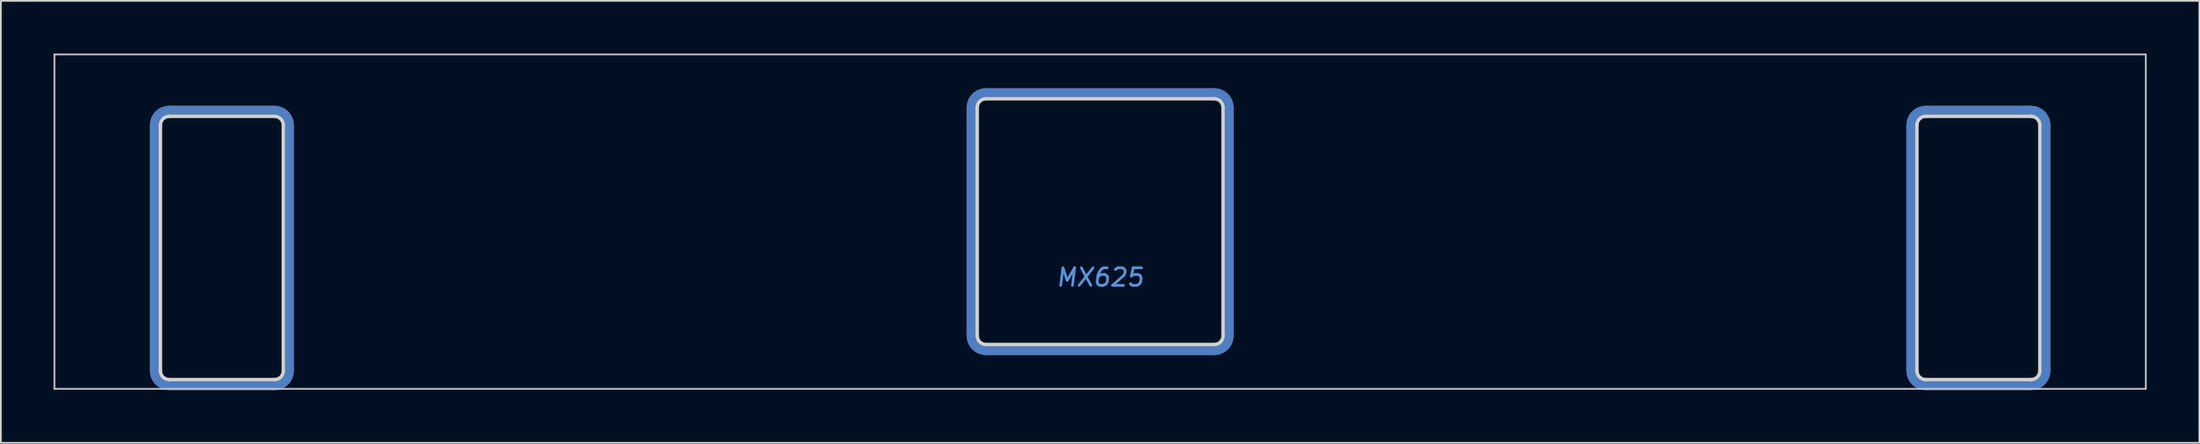
<source format=kicad_pcb>
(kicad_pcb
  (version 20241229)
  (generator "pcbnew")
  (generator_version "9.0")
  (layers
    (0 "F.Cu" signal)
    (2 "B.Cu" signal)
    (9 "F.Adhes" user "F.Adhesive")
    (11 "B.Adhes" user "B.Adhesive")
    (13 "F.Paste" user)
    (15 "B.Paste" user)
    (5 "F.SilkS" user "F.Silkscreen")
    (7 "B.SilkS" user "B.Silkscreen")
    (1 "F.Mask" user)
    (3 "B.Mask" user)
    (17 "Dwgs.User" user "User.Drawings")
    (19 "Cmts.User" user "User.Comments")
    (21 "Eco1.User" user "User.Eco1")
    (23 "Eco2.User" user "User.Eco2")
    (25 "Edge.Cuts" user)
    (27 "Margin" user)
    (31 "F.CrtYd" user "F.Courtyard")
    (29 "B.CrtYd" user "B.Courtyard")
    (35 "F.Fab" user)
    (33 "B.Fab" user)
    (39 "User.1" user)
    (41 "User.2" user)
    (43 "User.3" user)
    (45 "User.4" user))
  (footprint "MX625"
    (layer "F.Cu")
    (at 59.581 9.575)
    (property "Reference" "MX625" (at 0 3.175 0) (layer "Cmts.User") (effects (font (size 1 1) (thickness 0.15) (italic yes))))
    (attr through_hole)
    (fp_line (start -59.531 -9.525) (end -59.531 9.525) (stroke (width 0.1) (type solid)) (layer "Dwgs.User"))
    (fp_line (start -59.531 -9.525) (end 59.531 -9.525) (stroke (width 0.1) (type solid)) (layer "Dwgs.User"))
    (fp_line (start -59.531 9.525) (end 59.531 9.525) (stroke (width 0.1) (type solid)) (layer "Dwgs.User"))
    (fp_line (start 59.531 -9.525) (end 59.531 9.525) (stroke (width 0.1) (type solid)) (layer "Dwgs.User"))
    (fp_line (start -2.159 0) (end 2.159 0) (stroke (width 0.1) (type solid)) (layer "Eco1.User"))
    (fp_line (start 0 -2.286) (end 0 2.286) (stroke (width 0.1) (type solid)) (layer "Eco1.User"))
    (fp_circle (center 0 0) (end 1.905 0) (stroke (width 0.1) (type solid)) (fill no) (layer "Eco1.User"))
    (fp_line (start -53.5 -5.5) (end -53.5 8.5) (stroke (width 0.2) (type solid)) (layer "Edge.Cuts"))
    (fp_line (start -53 -6) (end -47 -6) (stroke (width 0.2) (type solid)) (layer "Edge.Cuts"))
    (fp_line (start -53 9) (end -47 9) (stroke (width 0.2) (type solid)) (layer "Edge.Cuts"))
    (fp_line (start -46.5 -5.5) (end -46.5 8.5) (stroke (width 0.2) (type solid)) (layer "Edge.Cuts"))
    (fp_line (start -7 -6.5) (end -7 6.5) (stroke (width 0.2) (type solid)) (layer "Edge.Cuts"))
    (fp_line (start -6.5 -7) (end 6.5 -7) (stroke (width 0.2) (type solid)) (layer "Edge.Cuts"))
    (fp_line (start -6.5 7) (end 6.5 7) (stroke (width 0.2) (type solid)) (layer "Edge.Cuts"))
    (fp_line (start 7 -6.5) (end 7 6.5) (stroke (width 0.2) (type solid)) (layer "Edge.Cuts"))
    (fp_line (start 46.5 -5.5) (end 46.5 8.5) (stroke (width 0.2) (type solid)) (layer "Edge.Cuts"))
    (fp_line (start 47 -6) (end 53 -6) (stroke (width 0.2) (type solid)) (layer "Edge.Cuts"))
    (fp_line (start 47 9) (end 53 9) (stroke (width 0.2) (type solid)) (layer "Edge.Cuts"))
    (fp_line (start 53.5 -5.5) (end 53.5 8.5) (stroke (width 0.2) (type solid)) (layer "Edge.Cuts"))
    (fp_arc (start -53.5 -5.5) (mid -53.353553 -5.853553) (end -53 -6) (stroke (width 0.2) (type solid)) (layer "Edge.Cuts"))
    (fp_arc (start -53 9) (mid -53.353553 8.853553) (end -53.5 8.5) (stroke (width 0.2) (type solid)) (layer "Edge.Cuts"))
    (fp_arc (start -47 -6) (mid -46.646447 -5.853553) (end -46.5 -5.5) (stroke (width 0.2) (type solid)) (layer "Edge.Cuts"))
    (fp_arc (start -46.5 8.5) (mid -46.646447 8.853553) (end -47 9) (stroke (width 0.2) (type solid)) (layer "Edge.Cuts"))
    (fp_arc (start -7 -6.5) (mid -6.853553 -6.853553) (end -6.5 -7) (stroke (width 0.2) (type solid)) (layer "Edge.Cuts"))
    (fp_arc (start -6.5 7) (mid -6.853553 6.853553) (end -7 6.5) (stroke (width 0.2) (type solid)) (layer "Edge.Cuts"))
    (fp_arc (start 6.5 -7) (mid 6.853553 -6.853553) (end 7 -6.5) (stroke (width 0.2) (type solid)) (layer "Edge.Cuts"))
    (fp_arc (start 7 6.5) (mid 6.853553 6.853553) (end 6.5 7) (stroke (width 0.2) (type solid)) (layer "Edge.Cuts"))
    (fp_arc (start 46.5 -5.5) (mid 46.646447 -5.853553) (end 47 -6) (stroke (width 0.2) (type solid)) (layer "Edge.Cuts"))
    (fp_arc (start 47 9) (mid 46.646447 8.853553) (end 46.5 8.5) (stroke (width 0.2) (type solid)) (layer "Edge.Cuts"))
    (fp_arc (start 53 -6) (mid 53.353553 -5.853553) (end 53.5 -5.5) (stroke (width 0.2) (type solid)) (layer "Edge.Cuts"))
    (fp_arc (start 53.5 8.5) (mid 53.353553 8.853553) (end 53 9) (stroke (width 0.2) (type solid)) (layer "Edge.Cuts"))
    (pad "1" smd rect (at -53.85 1.5) (size 0.5 14) (layers "F.Cu" "F.Mask"))
    (pad "1" smd rect (at -53.85 1.5) (size 0.5 14) (layers "B.Cu" "B.Mask"))
    (pad "1" smd custom (at -53.6 -6.1) (size 0.1 0.1) (layers "F.Cu" "F.Mask") (options (anchor rect)) (primitives (gr_arc (start -0.25 0.6) (mid -0.001041 -0.001041) (end 0.6 -0.25) (width 0.5))))
    (pad "1" smd custom (at -53.6 -6.1) (size 0.1 0.1) (layers "B.Cu" "B.Mask") (options (anchor rect)) (primitives (gr_arc (start -0.25 0.6) (mid -0.001041 -0.001041) (end 0.6 -0.25) (width 0.5))))
    (pad "1" smd custom (at -53.6 9.1 90) (size 0.1 0.1) (layers "F.Cu" "F.Mask") (options (anchor rect)) (primitives (gr_arc (start -0.25 0.6) (mid -0.001041 -0.001041) (end 0.6 -0.25) (width 0.5))))
    (pad "1" smd custom (at -53.6 9.1 90) (size 0.1 0.1) (layers "B.Cu" "B.Mask") (options (anchor rect)) (primitives (gr_arc (start -0.25 0.6) (mid -0.001041 -0.001041) (end 0.6 -0.25) (width 0.5))))
    (pad "1" smd rect (at -50 -6.35 270) (size 0.5 6) (layers "F.Cu" "F.Mask"))
    (pad "1" smd rect (at -50 -6.35 270) (size 0.5 6) (layers "B.Cu" "B.Mask"))
    (pad "1" smd rect (at -50 9.35 270) (size 0.5 6) (layers "F.Cu" "F.Mask"))
    (pad "1" smd rect (at -50 9.35 270) (size 0.5 6) (layers "B.Cu" "B.Mask"))
    (pad "1" smd custom (at -46.4 -6.1 270) (size 0.1 0.1) (layers "F.Cu" "F.Mask") (options (anchor rect)) (primitives (gr_arc (start -0.25 0.6) (mid -0.001041 -0.001041) (end 0.6 -0.25) (width 0.5))))
    (pad "1" smd custom (at -46.4 -6.1 270) (size 0.1 0.1) (layers "B.Cu" "B.Mask") (options (anchor rect)) (primitives (gr_arc (start -0.25 0.6) (mid -0.001041 -0.001041) (end 0.6 -0.25) (width 0.5))))
    (pad "1" smd custom (at -46.4 9.1 180) (size 0.1 0.1) (layers "F.Cu" "F.Mask") (options (anchor rect)) (primitives (gr_arc (start -0.25 0.6) (mid -0.001041 -0.001041) (end 0.6 -0.25) (width 0.5))))
    (pad "1" smd custom (at -46.4 9.1 180) (size 0.1 0.1) (layers "B.Cu" "B.Mask") (options (anchor rect)) (primitives (gr_arc (start -0.25 0.6) (mid -0.001041 -0.001041) (end 0.6 -0.25) (width 0.5))))
    (pad "1" smd rect (at -46.15 1.5) (size 0.5 14) (layers "F.Cu" "F.Mask"))
    (pad "1" smd rect (at -46.15 1.5) (size 0.5 14) (layers "B.Cu" "B.Mask"))
    (pad "1" smd rect (at -7.35 0) (size 0.5 13) (layers "F.Cu" "F.Mask"))
    (pad "1" smd rect (at -7.35 0) (size 0.5 13) (layers "B.Cu" "B.Mask"))
    (pad "1" smd custom (at -7.1 -7.1) (size 0.1 0.1) (layers "F.Cu" "F.Mask") (options (anchor rect)) (primitives (gr_arc (start -0.25 0.6) (mid -0.001041 -0.001041) (end 0.6 -0.25) (width 0.5))))
    (pad "1" smd custom (at -7.1 -7.1) (size 0.1 0.1) (layers "B.Cu" "B.Mask") (options (anchor rect)) (primitives (gr_arc (start -0.25 0.6) (mid -0.001041 -0.001041) (end 0.6 -0.25) (width 0.5))))
    (pad "1" smd custom (at -7.1 7.1 90) (size 0.1 0.1) (layers "F.Cu" "F.Mask") (options (anchor rect)) (primitives (gr_arc (start -0.25 0.6) (mid -0.001041 -0.001041) (end 0.6 -0.25) (width 0.5))))
    (pad "1" smd custom (at -7.1 7.1 90) (size 0.1 0.1) (layers "B.Cu" "B.Mask") (options (anchor rect)) (primitives (gr_arc (start -0.25 0.6) (mid -0.001041 -0.001041) (end 0.6 -0.25) (width 0.5))))
    (pad "1" smd rect (at 0 -7.35 270) (size 0.5 13) (layers "F.Cu" "F.Mask"))
    (pad "1" smd rect (at 0 -7.35 270) (size 0.5 13) (layers "B.Cu" "B.Mask"))
    (pad "1" smd rect (at 0 7.35 90) (size 0.5 13) (layers "F.Cu" "F.Mask"))
    (pad "1" smd rect (at 0 7.35 90) (size 0.5 13) (layers "B.Cu" "B.Mask"))
    (pad "1" smd custom (at 7.1 -7.1 270) (size 0.1 0.1) (layers "F.Cu" "F.Mask") (options (anchor rect)) (primitives (gr_arc (start -0.25 0.6) (mid -0.001041 -0.001041) (end 0.6 -0.25) (width 0.5))))
    (pad "1" smd custom (at 7.1 -7.1 270) (size 0.1 0.1) (layers "B.Cu" "B.Mask") (options (anchor rect)) (primitives (gr_arc (start -0.25 0.6) (mid -0.001041 -0.001041) (end 0.6 -0.25) (width 0.5))))
    (pad "1" smd custom (at 7.1 7.1 180) (size 0.1 0.1) (layers "F.Cu" "F.Mask") (options (anchor rect)) (primitives (gr_arc (start -0.25 0.6) (mid -0.001041 -0.001041) (end 0.6 -0.25) (width 0.5))))
    (pad "1" smd custom (at 7.1 7.1 180) (size 0.1 0.1) (layers "B.Cu" "B.Mask") (options (anchor rect)) (primitives (gr_arc (start -0.25 0.6) (mid -0.001041 -0.001041) (end 0.6 -0.25) (width 0.5))))
    (pad "1" smd rect (at 7.35 0 180) (size 0.5 13) (layers "F.Cu" "F.Mask"))
    (pad "1" smd rect (at 7.35 0 180) (size 0.5 13) (layers "B.Cu" "B.Mask"))
    (pad "1" smd rect (at 46.15 1.5 180) (size 0.5 14) (layers "F.Cu" "F.Mask"))
    (pad "1" smd rect (at 46.15 1.5 180) (size 0.5 14) (layers "B.Cu" "B.Mask"))
    (pad "1" smd custom (at 46.4 -6.1) (size 0.1 0.1) (layers "F.Cu" "F.Mask") (options (anchor rect)) (primitives (gr_arc (start -0.25 0.6) (mid -0.001041 -0.001041) (end 0.6 -0.25) (width 0.5))))
    (pad "1" smd custom (at 46.4 -6.1) (size 0.1 0.1) (layers "B.Cu" "B.Mask") (options (anchor rect)) (primitives (gr_arc (start -0.25 0.6) (mid -0.001041 -0.001041) (end 0.6 -0.25) (width 0.5))))
    (pad "1" smd custom (at 46.4 9.1 90) (size 0.1 0.1) (layers "F.Cu" "F.Mask") (options (anchor rect)) (primitives (gr_arc (start -0.25 0.6) (mid -0.001041 -0.001041) (end 0.6 -0.25) (width 0.5))))
    (pad "1" smd custom (at 46.4 9.1 90) (size 0.1 0.1) (layers "B.Cu" "B.Mask") (options (anchor rect)) (primitives (gr_arc (start -0.25 0.6) (mid -0.001041 -0.001041) (end 0.6 -0.25) (width 0.5))))
    (pad "1" smd rect (at 50 -6.35 270) (size 0.5 6) (layers "F.Cu" "F.Mask"))
    (pad "1" smd rect (at 50 -6.35 270) (size 0.5 6) (layers "B.Cu" "B.Mask"))
    (pad "1" smd rect (at 50 9.35 270) (size 0.5 6) (layers "F.Cu" "F.Mask"))
    (pad "1" smd rect (at 50 9.35 270) (size 0.5 6) (layers "B.Cu" "B.Mask"))
    (pad "1" smd custom (at 53.6 -6.1 270) (size 0.1 0.1) (layers "F.Cu" "F.Mask") (options (anchor rect)) (primitives (gr_arc (start -0.25 0.6) (mid -0.001041 -0.001041) (end 0.6 -0.25) (width 0.5))))
    (pad "1" smd custom (at 53.6 -6.1 270) (size 0.1 0.1) (layers "B.Cu" "B.Mask") (options (anchor rect)) (primitives (gr_arc (start -0.25 0.6) (mid -0.001041 -0.001041) (end 0.6 -0.25) (width 0.5))))
    (pad "1" smd custom (at 53.6 9.1 180) (size 0.1 0.1) (layers "F.Cu" "F.Mask") (options (anchor rect)) (primitives (gr_arc (start -0.25 0.6) (mid -0.001041 -0.001041) (end 0.6 -0.25) (width 0.5))))
    (pad "1" smd custom (at 53.6 9.1 180) (size 0.1 0.1) (layers "B.Cu" "B.Mask") (options (anchor rect)) (primitives (gr_arc (start -0.25 0.6) (mid -0.001041 -0.001041) (end 0.6 -0.25) (width 0.5))))
    (pad "1" smd rect (at 53.85 1.5 180) (size 0.5 14) (layers "F.Cu" "F.Mask"))
    (pad "1" smd rect (at 53.85 1.5 180) (size 0.5 14) (layers "B.Cu" "B.Mask")))
  (gr_rect
    (start -3 -3)
    (end 122.162 22.175)
    (stroke (width 0.1) (type default))
    (fill no)
    (layer "Edge.Cuts")))
</source>
